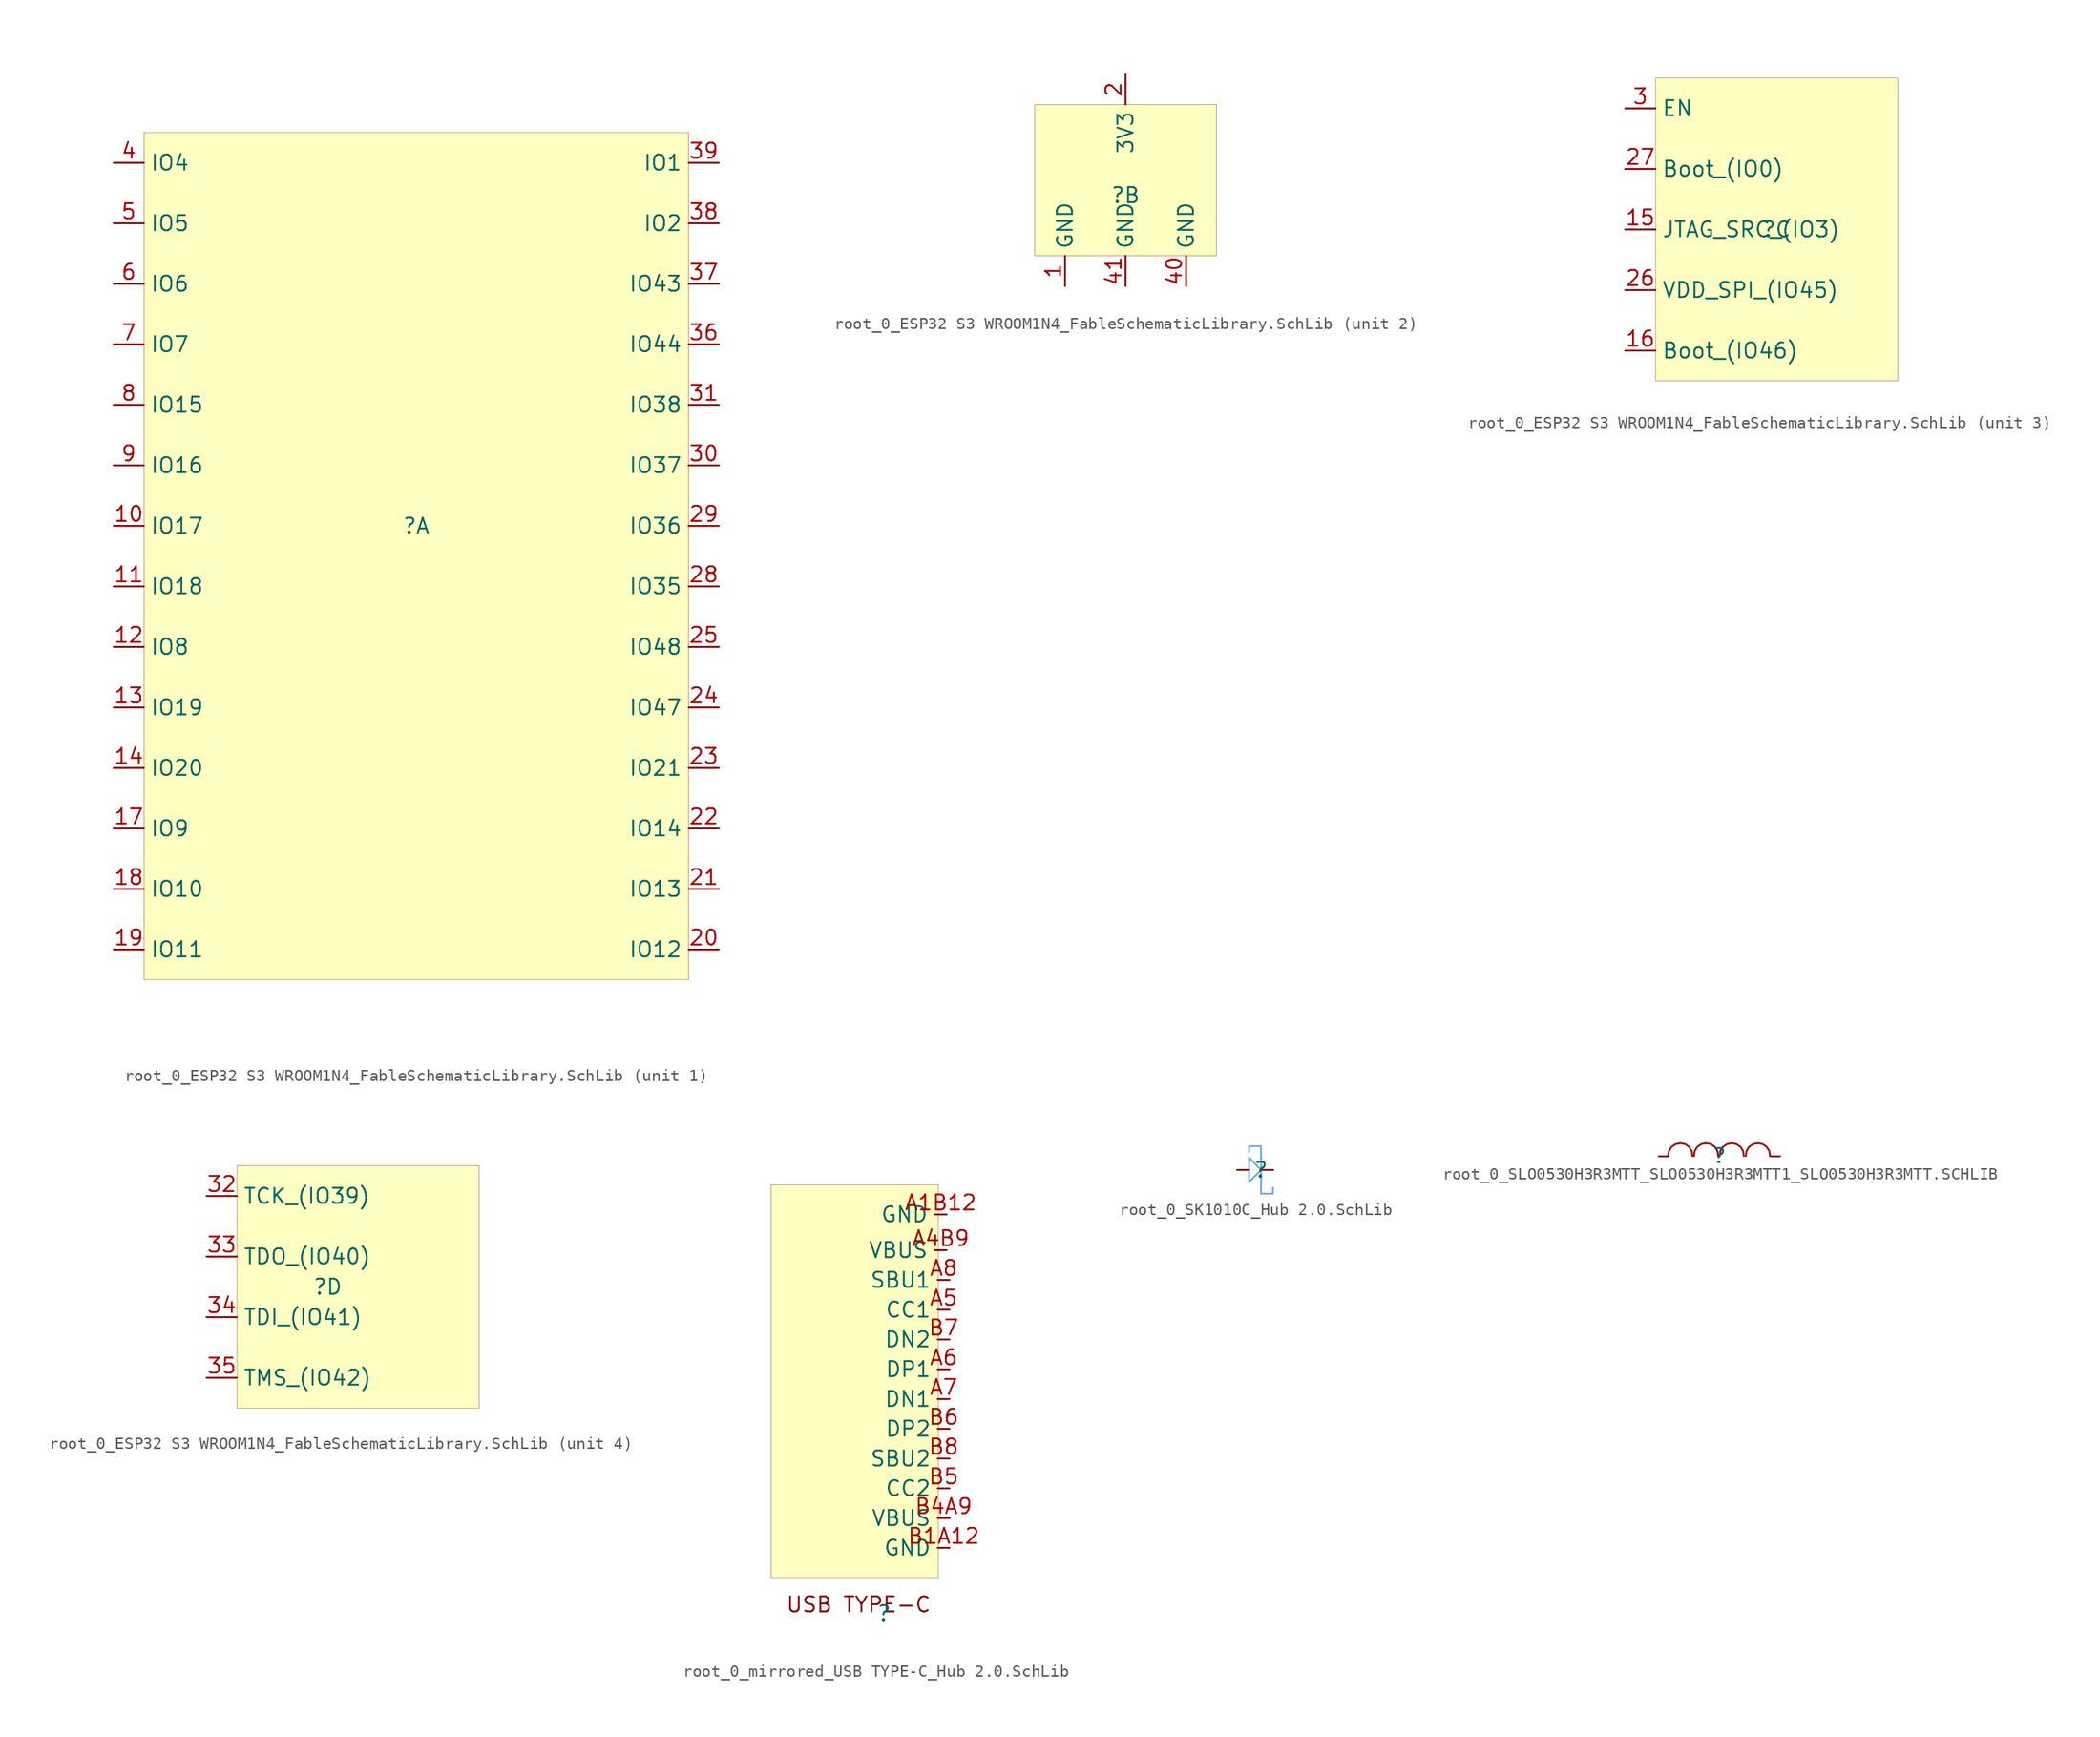
<source format=kicad_sym>
(kicad_symbol_lib
  (version 20241209)
  (generator "kicad_symbol_editor")
  (generator_version "9.0")
  (symbol "root_0_ESP32 S3 WROOM1N4_FableSchematicLibrary.SchLib"
    (property "Reference" ""
      (at 0 0 0)
      (effects (font (size 1.27 1.27))))
    (property "Value" ""
      (at 0 0 0)
      (effects (font (size 1.27 1.27))))
    (symbol "root_0_ESP32 S3 WROOM1N4_FableSchematicLibrary.SchLib_1_0"
      (rectangle (start 22.86 33.02) (end -22.86 -38.1) (stroke (width 0.025) (type solid) (color 128 0 0 1)) (fill (type background)))
      (pin passive line (at -25.4 30.48 0) (length 2.54) (name "IO4" (effects (font (size 1.27 1.27)))) (number "4" (effects (font (size 1.27 1.27)))))
      (pin passive line (at -25.4 25.4 0) (length 2.54) (name "IO5" (effects (font (size 1.27 1.27)))) (number "5" (effects (font (size 1.27 1.27)))))
      (pin passive line (at -25.4 20.32 0) (length 2.54) (name "IO6" (effects (font (size 1.27 1.27)))) (number "6" (effects (font (size 1.27 1.27)))))
      (pin passive line (at -25.4 15.24 0) (length 2.54) (name "IO7" (effects (font (size 1.27 1.27)))) (number "7" (effects (font (size 1.27 1.27)))))
      (pin passive line (at -25.4 10.16 0) (length 2.54) (name "IO15" (effects (font (size 1.27 1.27)))) (number "8" (effects (font (size 1.27 1.27)))))
      (pin passive line (at -25.4 5.08 0) (length 2.54) (name "IO16" (effects (font (size 1.27 1.27)))) (number "9" (effects (font (size 1.27 1.27)))))
      (pin passive line (at -25.4 0 0) (length 2.54) (name "IO17" (effects (font (size 1.27 1.27)))) (number "10" (effects (font (size 1.27 1.27)))))
      (pin passive line (at -25.4 -5.08 0) (length 2.54) (name "IO18" (effects (font (size 1.27 1.27)))) (number "11" (effects (font (size 1.27 1.27)))))
      (pin passive line (at -25.4 -10.16 0) (length 2.54) (name "IO8" (effects (font (size 1.27 1.27)))) (number "12" (effects (font (size 1.27 1.27)))))
      (pin passive line (at -25.4 -15.24 0) (length 2.54) (name "IO19" (effects (font (size 1.27 1.27)))) (number "13" (effects (font (size 1.27 1.27)))))
      (pin passive line (at -25.4 -20.32 0) (length 2.54) (name "IO20" (effects (font (size 1.27 1.27)))) (number "14" (effects (font (size 1.27 1.27)))))
      (pin passive line (at -25.4 -25.4 0) (length 2.54) (name "IO9" (effects (font (size 1.27 1.27)))) (number "17" (effects (font (size 1.27 1.27)))))
      (pin passive line (at -25.4 -30.48 0) (length 2.54) (name "IO10" (effects (font (size 1.27 1.27)))) (number "18" (effects (font (size 1.27 1.27)))))
      (pin passive line (at -25.4 -35.56 0) (length 2.54) (name "IO11" (effects (font (size 1.27 1.27)))) (number "19" (effects (font (size 1.27 1.27)))))
      (pin passive line (at 25.4 30.48 180) (length 2.54) (name "IO1" (effects (font (size 1.27 1.27)))) (number "39" (effects (font (size 1.27 1.27)))))
      (pin passive line (at 25.4 25.4 180) (length 2.54) (name "IO2" (effects (font (size 1.27 1.27)))) (number "38" (effects (font (size 1.27 1.27)))))
      (pin passive line (at 25.4 20.32 180) (length 2.54) (name "IO43" (effects (font (size 1.27 1.27)))) (number "37" (effects (font (size 1.27 1.27)))))
      (pin passive line (at 25.4 15.24 180) (length 2.54) (name "IO44" (effects (font (size 1.27 1.27)))) (number "36" (effects (font (size 1.27 1.27)))))
      (pin passive line (at 25.4 10.16 180) (length 2.54) (name "IO38" (effects (font (size 1.27 1.27)))) (number "31" (effects (font (size 1.27 1.27)))))
      (pin passive line (at 25.4 5.08 180) (length 2.54) (name "IO37" (effects (font (size 1.27 1.27)))) (number "30" (effects (font (size 1.27 1.27)))))
      (pin passive line (at 25.4 0 180) (length 2.54) (name "IO36" (effects (font (size 1.27 1.27)))) (number "29" (effects (font (size 1.27 1.27)))))
      (pin passive line (at 25.4 -5.08 180) (length 2.54) (name "IO35" (effects (font (size 1.27 1.27)))) (number "28" (effects (font (size 1.27 1.27)))))
      (pin passive line (at 25.4 -10.16 180) (length 2.54) (name "IO48" (effects (font (size 1.27 1.27)))) (number "25" (effects (font (size 1.27 1.27)))))
      (pin passive line (at 25.4 -15.24 180) (length 2.54) (name "IO47" (effects (font (size 1.27 1.27)))) (number "24" (effects (font (size 1.27 1.27)))))
      (pin passive line (at 25.4 -20.32 180) (length 2.54) (name "IO21" (effects (font (size 1.27 1.27)))) (number "23" (effects (font (size 1.27 1.27)))))
      (pin passive line (at 25.4 -25.4 180) (length 2.54) (name "IO14" (effects (font (size 1.27 1.27)))) (number "22" (effects (font (size 1.27 1.27)))))
      (pin passive line (at 25.4 -30.48 180) (length 2.54) (name "IO13" (effects (font (size 1.27 1.27)))) (number "21" (effects (font (size 1.27 1.27)))))
      (pin passive line (at 25.4 -35.56 180) (length 2.54) (name "IO12" (effects (font (size 1.27 1.27)))) (number "20" (effects (font (size 1.27 1.27))))))
    (symbol "root_0_ESP32 S3 WROOM1N4_FableSchematicLibrary.SchLib_2_0"
      (rectangle (start 7.62 7.62) (end -7.62 -5.08) (stroke (width 0.025) (type solid) (color 128 0 0 1)) (fill (type background)))
      (pin passive line (at -5.08 -7.62 90) (length 2.54) (name "GND" (effects (font (size 1.27 1.27)))) (number "1" (effects (font (size 1.27 1.27)))))
      (pin passive line (at 0 10.16 270) (length 2.54) (name "3V3" (effects (font (size 1.27 1.27)))) (number "2" (effects (font (size 1.27 1.27)))))
      (pin passive line (at 0 -7.62 90) (length 2.54) (name "GND" (effects (font (size 1.27 1.27)))) (number "41" (effects (font (size 1.27 1.27)))))
      (pin passive line (at 5.08 -7.62 90) (length 2.54) (name "GND" (effects (font (size 1.27 1.27)))) (number "40" (effects (font (size 1.27 1.27))))))
    (symbol "root_0_ESP32 S3 WROOM1N4_FableSchematicLibrary.SchLib_3_0"
      (rectangle (start 10.16 12.7) (end -10.16 -12.7) (stroke (width 0.025) (type solid) (color 128 0 0 1)) (fill (type background)))
      (pin input line (at -12.7 10.16 0) (length 2.54) (name "EN" (effects (font (size 1.27 1.27)))) (number "3" (effects (font (size 1.27 1.27)))))
      (pin passive line (at -12.7 5.08 0) (length 2.54) (name "Boot_(IO0)" (effects (font (size 1.27 1.27)))) (number "27" (effects (font (size 1.27 1.27)))))
      (pin passive line (at -12.7 0 0) (length 2.54) (name "JTAG_SRC_(IO3)" (effects (font (size 1.27 1.27)))) (number "15" (effects (font (size 1.27 1.27)))))
      (pin passive line (at -12.7 -5.08 0) (length 2.54) (name "VDD_SPI_(IO45)" (effects (font (size 1.27 1.27)))) (number "26" (effects (font (size 1.27 1.27)))))
      (pin passive line (at -12.7 -10.16 0) (length 2.54) (name "Boot_(IO46)" (effects (font (size 1.27 1.27)))) (number "16" (effects (font (size 1.27 1.27))))))
    (symbol "root_0_ESP32 S3 WROOM1N4_FableSchematicLibrary.SchLib_4_0"
      (rectangle (start 12.7 10.16) (end -7.62 -10.16) (stroke (width 0.025) (type solid) (color 128 0 0 1)) (fill (type background)))
      (pin passive line (at -10.16 7.62 0) (length 2.54) (name "TCK_(IO39)" (effects (font (size 1.27 1.27)))) (number "32" (effects (font (size 1.27 1.27)))))
      (pin passive line (at -10.16 2.54 0) (length 2.54) (name "TDO_(IO40)" (effects (font (size 1.27 1.27)))) (number "33" (effects (font (size 1.27 1.27)))))
      (pin passive line (at -10.16 -2.54 0) (length 2.54) (name "TDI_(IO41)" (effects (font (size 1.27 1.27)))) (number "34" (effects (font (size 1.27 1.27)))))
      (pin passive line (at -10.16 -7.62 0) (length 2.54) (name "TMS_(IO42)" (effects (font (size 1.27 1.27)))) (number "35" (effects (font (size 1.27 1.27)))))))
  (symbol "root_0_mirrored_USB TYPE-C_Hub 2.0.SchLib"
    (property "Reference" ""
      (at 0 0 0)
      (effects (font (size 1.27 1.27))))
    (property "Value" ""
      (at 0 0 0)
      (effects (font (size 1.27 1.27))))
    (symbol "root_0_mirrored_USB TYPE-C_Hub 2.0.SchLib_1_0"
      (rectangle (start 4.55 36) (end -9.5 3) (stroke (width 0.025) (type solid) (color 128 0 0 1)) (fill (type background)))
      (text "USB TYPE-C" (at 4 0 0) (effects (font (size 1.27 1.27)) (justify right bottom)))
      (pin passive line (at 5.25 33.5 180) (length 1) (name "GND" (effects (font (size 1.27 1.27)))) (number "A1B12" (effects (font (size 1.27 1.27)))))
      (pin passive line (at 5.25 30.5 180) (length 1) (name "VBUS" (effects (font (size 1.27 1.27)))) (number "A4B9" (effects (font (size 1.27 1.27)))))
      (pin passive line (at 5.5 28 180) (length 1) (name "SBU1" (effects (font (size 1.27 1.27)))) (number "A8" (effects (font (size 1.27 1.27)))))
      (pin passive line (at 5.5 25.5 180) (length 1) (name "CC1" (effects (font (size 1.27 1.27)))) (number "A5" (effects (font (size 1.27 1.27)))))
      (pin passive line (at 5.5 23 180) (length 1) (name "DN2" (effects (font (size 1.27 1.27)))) (number "B7" (effects (font (size 1.27 1.27)))))
      (pin passive line (at 5.5 20.5 180) (length 1) (name "DP1" (effects (font (size 1.27 1.27)))) (number "A6" (effects (font (size 1.27 1.27)))))
      (pin passive line (at 5.5 18 180) (length 1) (name "DN1" (effects (font (size 1.27 1.27)))) (number "A7" (effects (font (size 1.27 1.27)))))
      (pin passive line (at 5.5 15.5 180) (length 1) (name "DP2" (effects (font (size 1.27 1.27)))) (number "B6" (effects (font (size 1.27 1.27)))))
      (pin passive line (at 5.5 13 180) (length 1) (name "SBU2" (effects (font (size 1.27 1.27)))) (number "B8" (effects (font (size 1.27 1.27)))))
      (pin passive line (at 5.5 10.5 180) (length 1) (name "CC2" (effects (font (size 1.27 1.27)))) (number "B5" (effects (font (size 1.27 1.27)))))
      (pin passive line (at 5.5 8 180) (length 1) (name "VBUS" (effects (font (size 1.27 1.27)))) (number "B4A9" (effects (font (size 1.27 1.27)))))
      (pin passive line (at 5.5 5.5 180) (length 1) (name "GND" (effects (font (size 1.27 1.27)))) (number "B1A12" (effects (font (size 1.27 1.27)))))))
  (symbol "root_0_SK1010C_Hub 2.0.SchLib"
    (pin_numbers
      (hide yes))
    (pin_names
      (hide yes))
    (property "Reference" ""
      (at 0 0 0)
      (effects (font (size 1.27 1.27))))
    (property "Value" ""
      (at 0 0 0)
      (effects (font (size 1.27 1.27))))
    (symbol "root_0_SK1010C_Hub 2.0.SchLib_1_0"
      (polyline (pts (xy -1 1.016) (xy -1 -1.016) (xy 0.016 0) (xy -1 1.016)) (stroke (width 0) (type solid) (color 111 168 220 1)) (fill (type none)))
      (polyline (pts (xy 0 1) (xy 0 2) (xy -1 2) (xy -1 1.5)) (stroke (width 0) (type solid) (color 111 168 220 1)) (fill (type none)))
      (polyline (pts (xy 0 -1) (xy 0 -2) (xy 1 -2) (xy 1 -1.5)) (stroke (width 0) (type solid) (color 111 168 220 1)) (fill (type none)))
      (polyline (pts (xy 0.016 -1.016) (xy 0.016 1.016)) (stroke (width 0) (type solid) (color 111 168 220 1)) (fill (type none)))
      (pin passive line (at -2.016 0 0) (length 1) (name "A" (effects (font (size 1.27 1.27)))) (number "A" (effects (font (size 1.27 1.27)))))
      (pin passive line (at 1.032 0 180) (length 1) (name "K" (effects (font (size 1.27 1.27)))) (number "K" (effects (font (size 1.27 1.27)))))))
  (symbol "root_0_SLO0530H3R3MTT_SLO0530H3R3MTT1_SLO0530H3R3MTT.SCHLIB"
    (pin_numbers
      (hide yes))
    (pin_names
      (hide yes))
    (property "Reference" ""
      (at 0 0 0)
      (effects (font (size 1.27 1.27))))
    (property "Value" ""
      (at 0 0 0)
      (effects (font (size 1.27 1.27))))
    (symbol "root_0_SLO0530H3R3MTT_SLO0530H3R3MTT1_SLO0530H3R3MTT.SCHLIB_1_0"
      (polyline (pts (xy -4.288 0.015) (xy -4.238 0.431) (xy -4.238 0.431) (xy -4.019 0.786) (xy -4.019 0.786) (xy -3.678 1.02) (xy -3.678 1.02) (xy -3.276 1.1) (xy -3.276 1.1) (xy -2.874 1.019) (xy -2.874 1.019) (xy -2.534 0.785) (xy -2.534 0.785) (xy -2.315 0.43) (xy -2.315 0.43) (xy -2.265 0.014)) (stroke (width 0) (type solid) (color 160 0 0 1)) (fill (type none)))
      (polyline (pts (xy -2.133 0.016) (xy -2.083 0.432) (xy -2.083 0.432) (xy -1.864 0.787) (xy -1.864 0.787) (xy -1.523 1.02) (xy -1.523 1.02) (xy -1.121 1.101) (xy -1.121 1.101) (xy -0.719 1.02) (xy -0.719 1.02) (xy -0.379 0.786) (xy -0.379 0.786) (xy -0.161 0.431) (xy -0.161 0.431) (xy -0.111 0.015)) (stroke (width 0) (type solid) (color 160 0 0 1)) (fill (type none)))
      (polyline (pts (xy 0.017 0.016) (xy 0.068 0.432) (xy 0.068 0.432) (xy 0.287 0.787) (xy 0.287 0.787) (xy 0.627 1.02) (xy 0.627 1.02) (xy 1.029 1.101) (xy 1.029 1.101) (xy 1.431 1.02) (xy 1.431 1.02) (xy 1.772 0.786) (xy 1.772 0.786) (xy 1.99 0.431) (xy 1.99 0.431) (xy 2.04 0.015)) (stroke (width 0) (type solid) (color 160 0 0 1)) (fill (type none)))
      (polyline (pts (xy 2.21 0.015) (xy 2.261 0.431) (xy 2.261 0.431) (xy 2.479 0.786) (xy 2.479 0.786) (xy 2.82 1.02) (xy 2.82 1.02) (xy 3.222 1.1) (xy 3.222 1.1) (xy 3.624 1.019) (xy 3.624 1.019) (xy 3.964 0.785) (xy 3.964 0.785) (xy 4.183 0.43) (xy 4.183 0.43) (xy 4.233 0.014)) (stroke (width 0) (type solid) (color 160 0 0 1)) (fill (type none)))
      (pin passive line (at -5.08 0 0) (length 0.762) (name "1" (effects (font (size 1.27 1.27)))) (number "1" (effects (font (size 1.27 1.27)))))
      (pin passive line (at 5.08 0 180) (length 0.762) (name "2" (effects (font (size 1.27 1.27)))) (number "2" (effects (font (size 1.27 1.27))))))))
</source>
